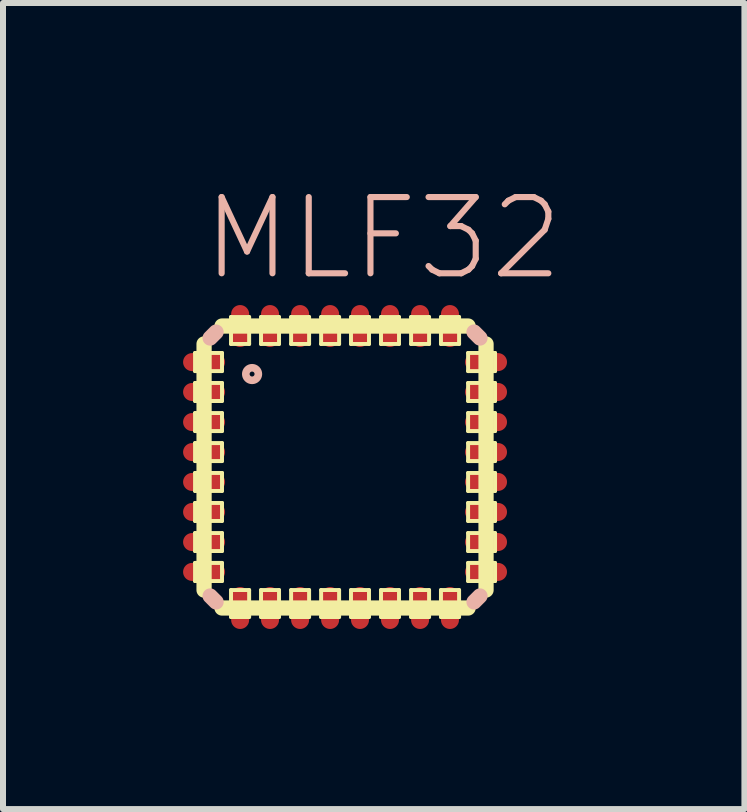
<source format=kicad_pcb>
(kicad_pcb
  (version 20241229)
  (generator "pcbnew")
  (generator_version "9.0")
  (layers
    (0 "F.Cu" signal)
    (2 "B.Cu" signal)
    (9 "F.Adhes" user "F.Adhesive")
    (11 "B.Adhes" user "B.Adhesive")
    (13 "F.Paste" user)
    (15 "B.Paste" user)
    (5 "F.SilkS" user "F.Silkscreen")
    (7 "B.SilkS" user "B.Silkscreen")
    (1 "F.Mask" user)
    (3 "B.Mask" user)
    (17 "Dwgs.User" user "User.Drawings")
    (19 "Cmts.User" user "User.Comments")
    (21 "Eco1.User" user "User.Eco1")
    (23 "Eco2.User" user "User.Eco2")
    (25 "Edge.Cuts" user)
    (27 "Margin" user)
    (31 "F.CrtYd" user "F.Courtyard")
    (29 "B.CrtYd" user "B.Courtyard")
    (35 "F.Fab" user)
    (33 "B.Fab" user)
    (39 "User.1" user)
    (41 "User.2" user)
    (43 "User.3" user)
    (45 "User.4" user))
  (footprint "MLF32"
    (layer "F.Cu")
    (at 2.699 4.731)
    (property "Reference" "MLF32" (at 0.635 -3.81 0) (layer "B.SilkS") (effects (font (size 1.27 1.27) (thickness 0.102))))
    (attr smd)
    (fp_line (start -2.499 -1.9) (end -2.05 -1.9) (stroke (width 0.066) (type solid)) (layer "F.SilkS"))
    (fp_line (start -2.499 -1.598) (end -2.499 -1.9) (stroke (width 0.066) (type solid)) (layer "F.SilkS"))
    (fp_line (start -2.499 -1.598) (end -2.05 -1.598) (stroke (width 0.066) (type solid)) (layer "F.SilkS"))
    (fp_line (start -2.499 -1.4) (end -2.05 -1.4) (stroke (width 0.066) (type solid)) (layer "F.SilkS"))
    (fp_line (start -2.499 -1.1) (end -2.499 -1.4) (stroke (width 0.066) (type solid)) (layer "F.SilkS"))
    (fp_line (start -2.499 -1.1) (end -2.05 -1.1) (stroke (width 0.066) (type solid)) (layer "F.SilkS"))
    (fp_line (start -2.499 -0.899) (end -2.05 -0.899) (stroke (width 0.066) (type solid)) (layer "F.SilkS"))
    (fp_line (start -2.499 -0.599) (end -2.499 -0.899) (stroke (width 0.066) (type solid)) (layer "F.SilkS"))
    (fp_line (start -2.499 -0.599) (end -2.05 -0.599) (stroke (width 0.066) (type solid)) (layer "F.SilkS"))
    (fp_line (start -2.499 -0.399) (end -2.05 -0.399) (stroke (width 0.066) (type solid)) (layer "F.SilkS"))
    (fp_line (start -2.499 -0.099) (end -2.499 -0.399) (stroke (width 0.066) (type solid)) (layer "F.SilkS"))
    (fp_line (start -2.499 -0.099) (end -2.05 -0.099) (stroke (width 0.066) (type solid)) (layer "F.SilkS"))
    (fp_line (start -2.499 0.099) (end -2.05 0.099) (stroke (width 0.066) (type solid)) (layer "F.SilkS"))
    (fp_line (start -2.499 0.399) (end -2.499 0.099) (stroke (width 0.066) (type solid)) (layer "F.SilkS"))
    (fp_line (start -2.499 0.399) (end -2.05 0.399) (stroke (width 0.066) (type solid)) (layer "F.SilkS"))
    (fp_line (start -2.499 0.599) (end -2.05 0.599) (stroke (width 0.066) (type solid)) (layer "F.SilkS"))
    (fp_line (start -2.499 0.899) (end -2.499 0.599) (stroke (width 0.066) (type solid)) (layer "F.SilkS"))
    (fp_line (start -2.499 0.899) (end -2.05 0.899) (stroke (width 0.066) (type solid)) (layer "F.SilkS"))
    (fp_line (start -2.499 1.1) (end -2.05 1.1) (stroke (width 0.066) (type solid)) (layer "F.SilkS"))
    (fp_line (start -2.499 1.4) (end -2.499 1.1) (stroke (width 0.066) (type solid)) (layer "F.SilkS"))
    (fp_line (start -2.499 1.4) (end -2.05 1.4) (stroke (width 0.066) (type solid)) (layer "F.SilkS"))
    (fp_line (start -2.499 1.598) (end -2.05 1.598) (stroke (width 0.066) (type solid)) (layer "F.SilkS"))
    (fp_line (start -2.499 1.9) (end -2.499 1.598) (stroke (width 0.066) (type solid)) (layer "F.SilkS"))
    (fp_line (start -2.499 1.9) (end -2.05 1.9) (stroke (width 0.066) (type solid)) (layer "F.SilkS"))
    (fp_line (start -2.349 2.05) (end -2.349 -2.05) (stroke (width 0.254) (type solid)) (layer "F.SilkS"))
    (fp_line (start -2.05 -2.349) (end 2.05 -2.349) (stroke (width 0.254) (type solid)) (layer "F.SilkS"))
    (fp_line (start -2.05 -1.598) (end -2.05 -1.9) (stroke (width 0.066) (type solid)) (layer "F.SilkS"))
    (fp_line (start -2.05 -1.1) (end -2.05 -1.4) (stroke (width 0.066) (type solid)) (layer "F.SilkS"))
    (fp_line (start -2.05 -0.599) (end -2.05 -0.899) (stroke (width 0.066) (type solid)) (layer "F.SilkS"))
    (fp_line (start -2.05 -0.099) (end -2.05 -0.399) (stroke (width 0.066) (type solid)) (layer "F.SilkS"))
    (fp_line (start -2.05 0.399) (end -2.05 0.099) (stroke (width 0.066) (type solid)) (layer "F.SilkS"))
    (fp_line (start -2.05 0.899) (end -2.05 0.599) (stroke (width 0.066) (type solid)) (layer "F.SilkS"))
    (fp_line (start -2.05 1.4) (end -2.05 1.1) (stroke (width 0.066) (type solid)) (layer "F.SilkS"))
    (fp_line (start -2.05 1.9) (end -2.05 1.598) (stroke (width 0.066) (type solid)) (layer "F.SilkS"))
    (fp_line (start -1.9 -2.499) (end -1.598 -2.499) (stroke (width 0.066) (type solid)) (layer "F.SilkS"))
    (fp_line (start -1.9 -2.05) (end -1.9 -2.499) (stroke (width 0.066) (type solid)) (layer "F.SilkS"))
    (fp_line (start -1.9 -2.05) (end -1.598 -2.05) (stroke (width 0.066) (type solid)) (layer "F.SilkS"))
    (fp_line (start -1.9 2.05) (end -1.598 2.05) (stroke (width 0.066) (type solid)) (layer "F.SilkS"))
    (fp_line (start -1.9 2.499) (end -1.9 2.05) (stroke (width 0.066) (type solid)) (layer "F.SilkS"))
    (fp_line (start -1.9 2.499) (end -1.598 2.499) (stroke (width 0.066) (type solid)) (layer "F.SilkS"))
    (fp_line (start -1.598 -2.05) (end -1.598 -2.499) (stroke (width 0.066) (type solid)) (layer "F.SilkS"))
    (fp_line (start -1.598 2.499) (end -1.598 2.05) (stroke (width 0.066) (type solid)) (layer "F.SilkS"))
    (fp_line (start -1.4 -2.499) (end -1.1 -2.499) (stroke (width 0.066) (type solid)) (layer "F.SilkS"))
    (fp_line (start -1.4 -2.05) (end -1.4 -2.499) (stroke (width 0.066) (type solid)) (layer "F.SilkS"))
    (fp_line (start -1.4 -2.05) (end -1.1 -2.05) (stroke (width 0.066) (type solid)) (layer "F.SilkS"))
    (fp_line (start -1.4 2.05) (end -1.1 2.05) (stroke (width 0.066) (type solid)) (layer "F.SilkS"))
    (fp_line (start -1.4 2.499) (end -1.4 2.05) (stroke (width 0.066) (type solid)) (layer "F.SilkS"))
    (fp_line (start -1.4 2.499) (end -1.1 2.499) (stroke (width 0.066) (type solid)) (layer "F.SilkS"))
    (fp_line (start -1.1 -2.05) (end -1.1 -2.499) (stroke (width 0.066) (type solid)) (layer "F.SilkS"))
    (fp_line (start -1.1 2.499) (end -1.1 2.05) (stroke (width 0.066) (type solid)) (layer "F.SilkS"))
    (fp_line (start -0.899 -2.499) (end -0.599 -2.499) (stroke (width 0.066) (type solid)) (layer "F.SilkS"))
    (fp_line (start -0.899 -2.05) (end -0.899 -2.499) (stroke (width 0.066) (type solid)) (layer "F.SilkS"))
    (fp_line (start -0.899 -2.05) (end -0.599 -2.05) (stroke (width 0.066) (type solid)) (layer "F.SilkS"))
    (fp_line (start -0.899 2.05) (end -0.599 2.05) (stroke (width 0.066) (type solid)) (layer "F.SilkS"))
    (fp_line (start -0.899 2.499) (end -0.899 2.05) (stroke (width 0.066) (type solid)) (layer "F.SilkS"))
    (fp_line (start -0.899 2.499) (end -0.599 2.499) (stroke (width 0.066) (type solid)) (layer "F.SilkS"))
    (fp_line (start -0.599 -2.05) (end -0.599 -2.499) (stroke (width 0.066) (type solid)) (layer "F.SilkS"))
    (fp_line (start -0.599 2.499) (end -0.599 2.05) (stroke (width 0.066) (type solid)) (layer "F.SilkS"))
    (fp_line (start -0.399 -2.499) (end -0.099 -2.499) (stroke (width 0.066) (type solid)) (layer "F.SilkS"))
    (fp_line (start -0.399 -2.05) (end -0.399 -2.499) (stroke (width 0.066) (type solid)) (layer "F.SilkS"))
    (fp_line (start -0.399 -2.05) (end -0.099 -2.05) (stroke (width 0.066) (type solid)) (layer "F.SilkS"))
    (fp_line (start -0.399 2.05) (end -0.099 2.05) (stroke (width 0.066) (type solid)) (layer "F.SilkS"))
    (fp_line (start -0.399 2.499) (end -0.399 2.05) (stroke (width 0.066) (type solid)) (layer "F.SilkS"))
    (fp_line (start -0.399 2.499) (end -0.099 2.499) (stroke (width 0.066) (type solid)) (layer "F.SilkS"))
    (fp_line (start -0.099 -2.05) (end -0.099 -2.499) (stroke (width 0.066) (type solid)) (layer "F.SilkS"))
    (fp_line (start -0.099 2.499) (end -0.099 2.05) (stroke (width 0.066) (type solid)) (layer "F.SilkS"))
    (fp_line (start 0.099 -2.499) (end 0.399 -2.499) (stroke (width 0.066) (type solid)) (layer "F.SilkS"))
    (fp_line (start 0.099 -2.05) (end 0.099 -2.499) (stroke (width 0.066) (type solid)) (layer "F.SilkS"))
    (fp_line (start 0.099 -2.05) (end 0.399 -2.05) (stroke (width 0.066) (type solid)) (layer "F.SilkS"))
    (fp_line (start 0.099 2.05) (end 0.399 2.05) (stroke (width 0.066) (type solid)) (layer "F.SilkS"))
    (fp_line (start 0.099 2.499) (end 0.099 2.05) (stroke (width 0.066) (type solid)) (layer "F.SilkS"))
    (fp_line (start 0.099 2.499) (end 0.399 2.499) (stroke (width 0.066) (type solid)) (layer "F.SilkS"))
    (fp_line (start 0.399 -2.05) (end 0.399 -2.499) (stroke (width 0.066) (type solid)) (layer "F.SilkS"))
    (fp_line (start 0.399 2.499) (end 0.399 2.05) (stroke (width 0.066) (type solid)) (layer "F.SilkS"))
    (fp_line (start 0.599 -2.499) (end 0.899 -2.499) (stroke (width 0.066) (type solid)) (layer "F.SilkS"))
    (fp_line (start 0.599 -2.05) (end 0.599 -2.499) (stroke (width 0.066) (type solid)) (layer "F.SilkS"))
    (fp_line (start 0.599 -2.05) (end 0.899 -2.05) (stroke (width 0.066) (type solid)) (layer "F.SilkS"))
    (fp_line (start 0.599 2.05) (end 0.899 2.05) (stroke (width 0.066) (type solid)) (layer "F.SilkS"))
    (fp_line (start 0.599 2.499) (end 0.599 2.05) (stroke (width 0.066) (type solid)) (layer "F.SilkS"))
    (fp_line (start 0.599 2.499) (end 0.899 2.499) (stroke (width 0.066) (type solid)) (layer "F.SilkS"))
    (fp_line (start 0.899 -2.05) (end 0.899 -2.499) (stroke (width 0.066) (type solid)) (layer "F.SilkS"))
    (fp_line (start 0.899 2.499) (end 0.899 2.05) (stroke (width 0.066) (type solid)) (layer "F.SilkS"))
    (fp_line (start 1.1 -2.499) (end 1.4 -2.499) (stroke (width 0.066) (type solid)) (layer "F.SilkS"))
    (fp_line (start 1.1 -2.05) (end 1.1 -2.499) (stroke (width 0.066) (type solid)) (layer "F.SilkS"))
    (fp_line (start 1.1 -2.05) (end 1.4 -2.05) (stroke (width 0.066) (type solid)) (layer "F.SilkS"))
    (fp_line (start 1.1 2.05) (end 1.4 2.05) (stroke (width 0.066) (type solid)) (layer "F.SilkS"))
    (fp_line (start 1.1 2.499) (end 1.1 2.05) (stroke (width 0.066) (type solid)) (layer "F.SilkS"))
    (fp_line (start 1.1 2.499) (end 1.4 2.499) (stroke (width 0.066) (type solid)) (layer "F.SilkS"))
    (fp_line (start 1.4 -2.05) (end 1.4 -2.499) (stroke (width 0.066) (type solid)) (layer "F.SilkS"))
    (fp_line (start 1.4 2.499) (end 1.4 2.05) (stroke (width 0.066) (type solid)) (layer "F.SilkS"))
    (fp_line (start 1.598 -2.499) (end 1.9 -2.499) (stroke (width 0.066) (type solid)) (layer "F.SilkS"))
    (fp_line (start 1.598 -2.05) (end 1.598 -2.499) (stroke (width 0.066) (type solid)) (layer "F.SilkS"))
    (fp_line (start 1.598 -2.05) (end 1.9 -2.05) (stroke (width 0.066) (type solid)) (layer "F.SilkS"))
    (fp_line (start 1.598 2.05) (end 1.9 2.05) (stroke (width 0.066) (type solid)) (layer "F.SilkS"))
    (fp_line (start 1.598 2.499) (end 1.598 2.05) (stroke (width 0.066) (type solid)) (layer "F.SilkS"))
    (fp_line (start 1.598 2.499) (end 1.9 2.499) (stroke (width 0.066) (type solid)) (layer "F.SilkS"))
    (fp_line (start 1.9 -2.05) (end 1.9 -2.499) (stroke (width 0.066) (type solid)) (layer "F.SilkS"))
    (fp_line (start 1.9 2.499) (end 1.9 2.05) (stroke (width 0.066) (type solid)) (layer "F.SilkS"))
    (fp_line (start 2.05 -1.9) (end 2.499 -1.9) (stroke (width 0.066) (type solid)) (layer "F.SilkS"))
    (fp_line (start 2.05 -1.598) (end 2.05 -1.9) (stroke (width 0.066) (type solid)) (layer "F.SilkS"))
    (fp_line (start 2.05 -1.598) (end 2.499 -1.598) (stroke (width 0.066) (type solid)) (layer "F.SilkS"))
    (fp_line (start 2.05 -1.4) (end 2.499 -1.4) (stroke (width 0.066) (type solid)) (layer "F.SilkS"))
    (fp_line (start 2.05 -1.1) (end 2.05 -1.4) (stroke (width 0.066) (type solid)) (layer "F.SilkS"))
    (fp_line (start 2.05 -1.1) (end 2.499 -1.1) (stroke (width 0.066) (type solid)) (layer "F.SilkS"))
    (fp_line (start 2.05 -0.899) (end 2.499 -0.899) (stroke (width 0.066) (type solid)) (layer "F.SilkS"))
    (fp_line (start 2.05 -0.599) (end 2.05 -0.899) (stroke (width 0.066) (type solid)) (layer "F.SilkS"))
    (fp_line (start 2.05 -0.599) (end 2.499 -0.599) (stroke (width 0.066) (type solid)) (layer "F.SilkS"))
    (fp_line (start 2.05 -0.399) (end 2.499 -0.399) (stroke (width 0.066) (type solid)) (layer "F.SilkS"))
    (fp_line (start 2.05 -0.099) (end 2.05 -0.399) (stroke (width 0.066) (type solid)) (layer "F.SilkS"))
    (fp_line (start 2.05 -0.099) (end 2.499 -0.099) (stroke (width 0.066) (type solid)) (layer "F.SilkS"))
    (fp_line (start 2.05 0.099) (end 2.499 0.099) (stroke (width 0.066) (type solid)) (layer "F.SilkS"))
    (fp_line (start 2.05 0.399) (end 2.05 0.099) (stroke (width 0.066) (type solid)) (layer "F.SilkS"))
    (fp_line (start 2.05 0.399) (end 2.499 0.399) (stroke (width 0.066) (type solid)) (layer "F.SilkS"))
    (fp_line (start 2.05 0.599) (end 2.499 0.599) (stroke (width 0.066) (type solid)) (layer "F.SilkS"))
    (fp_line (start 2.05 0.899) (end 2.05 0.599) (stroke (width 0.066) (type solid)) (layer "F.SilkS"))
    (fp_line (start 2.05 0.899) (end 2.499 0.899) (stroke (width 0.066) (type solid)) (layer "F.SilkS"))
    (fp_line (start 2.05 1.1) (end 2.499 1.1) (stroke (width 0.066) (type solid)) (layer "F.SilkS"))
    (fp_line (start 2.05 1.4) (end 2.05 1.1) (stroke (width 0.066) (type solid)) (layer "F.SilkS"))
    (fp_line (start 2.05 1.4) (end 2.499 1.4) (stroke (width 0.066) (type solid)) (layer "F.SilkS"))
    (fp_line (start 2.05 1.598) (end 2.499 1.598) (stroke (width 0.066) (type solid)) (layer "F.SilkS"))
    (fp_line (start 2.05 1.9) (end 2.05 1.598) (stroke (width 0.066) (type solid)) (layer "F.SilkS"))
    (fp_line (start 2.05 1.9) (end 2.499 1.9) (stroke (width 0.066) (type solid)) (layer "F.SilkS"))
    (fp_line (start 2.05 2.349) (end -2.05 2.349) (stroke (width 0.254) (type solid)) (layer "F.SilkS"))
    (fp_line (start 2.349 -2.05) (end 2.349 2.05) (stroke (width 0.254) (type solid)) (layer "F.SilkS"))
    (fp_line (start 2.499 -1.598) (end 2.499 -1.9) (stroke (width 0.066) (type solid)) (layer "F.SilkS"))
    (fp_line (start 2.499 -1.1) (end 2.499 -1.4) (stroke (width 0.066) (type solid)) (layer "F.SilkS"))
    (fp_line (start 2.499 -0.599) (end 2.499 -0.899) (stroke (width 0.066) (type solid)) (layer "F.SilkS"))
    (fp_line (start 2.499 -0.099) (end 2.499 -0.399) (stroke (width 0.066) (type solid)) (layer "F.SilkS"))
    (fp_line (start 2.499 0.399) (end 2.499 0.099) (stroke (width 0.066) (type solid)) (layer "F.SilkS"))
    (fp_line (start 2.499 0.899) (end 2.499 0.599) (stroke (width 0.066) (type solid)) (layer "F.SilkS"))
    (fp_line (start 2.499 1.4) (end 2.499 1.1) (stroke (width 0.066) (type solid)) (layer "F.SilkS"))
    (fp_line (start 2.499 1.9) (end 2.499 1.598) (stroke (width 0.066) (type solid)) (layer "F.SilkS"))
    (fp_line (start -2.248 -2.149) (end -2.149 -2.248) (stroke (width 0.254) (type solid)) (layer "B.SilkS"))
    (fp_line (start -2.149 2.248) (end -2.248 2.149) (stroke (width 0.254) (type solid)) (layer "B.SilkS"))
    (fp_line (start 2.149 -2.248) (end 2.248 -2.149) (stroke (width 0.254) (type solid)) (layer "B.SilkS"))
    (fp_line (start 2.248 2.149) (end 2.149 2.248) (stroke (width 0.254) (type solid)) (layer "B.SilkS"))
    (fp_circle (center -1.549 -1.549) (end -1.623 -1.623) (stroke (width 0.127) (type solid)) (fill no) (layer "B.SilkS"))
    (pad "1" smd oval (at -2.349 -1.748) (size 0.699 0.3) (layers "F.Cu" "F.Mask" "F.Paste"))
    (pad "2" smd oval (at -2.349 -1.25) (size 0.699 0.3) (layers "F.Cu" "F.Mask" "F.Paste"))
    (pad "3" smd oval (at -2.349 -0.749) (size 0.699 0.3) (layers "F.Cu" "F.Mask" "F.Paste"))
    (pad "4" smd oval (at -2.349 -0.249) (size 0.699 0.3) (layers "F.Cu" "F.Mask" "F.Paste"))
    (pad "5" smd oval (at -2.349 0.249) (size 0.699 0.3) (layers "F.Cu" "F.Mask" "F.Paste"))
    (pad "6" smd oval (at -2.349 0.749) (size 0.699 0.3) (layers "F.Cu" "F.Mask" "F.Paste"))
    (pad "7" smd oval (at -2.349 1.25) (size 0.699 0.3) (layers "F.Cu" "F.Mask" "F.Paste"))
    (pad "8" smd oval (at -2.349 1.748) (size 0.699 0.3) (layers "F.Cu" "F.Mask" "F.Paste"))
    (pad "9" smd oval (at -1.748 2.349) (size 0.3 0.699) (layers "F.Cu" "F.Mask" "F.Paste"))
    (pad "10" smd oval (at -1.25 2.349) (size 0.3 0.699) (layers "F.Cu" "F.Mask" "F.Paste"))
    (pad "11" smd oval (at -0.749 2.349) (size 0.3 0.699) (layers "F.Cu" "F.Mask" "F.Paste"))
    (pad "12" smd oval (at -0.249 2.349) (size 0.3 0.699) (layers "F.Cu" "F.Mask" "F.Paste"))
    (pad "13" smd oval (at 0.249 2.349) (size 0.3 0.699) (layers "F.Cu" "F.Mask" "F.Paste"))
    (pad "14" smd oval (at 0.749 2.349) (size 0.3 0.699) (layers "F.Cu" "F.Mask" "F.Paste"))
    (pad "15" smd oval (at 1.25 2.349) (size 0.3 0.699) (layers "F.Cu" "F.Mask" "F.Paste"))
    (pad "16" smd oval (at 1.748 2.349) (size 0.3 0.699) (layers "F.Cu" "F.Mask" "F.Paste"))
    (pad "17" smd oval (at 2.349 1.748) (size 0.699 0.3) (layers "F.Cu" "F.Mask" "F.Paste"))
    (pad "18" smd oval (at 2.349 1.25) (size 0.699 0.3) (layers "F.Cu" "F.Mask" "F.Paste"))
    (pad "19" smd oval (at 2.349 0.749) (size 0.699 0.3) (layers "F.Cu" "F.Mask" "F.Paste"))
    (pad "20" smd oval (at 2.349 0.249) (size 0.699 0.3) (layers "F.Cu" "F.Mask" "F.Paste"))
    (pad "21" smd oval (at 2.349 -0.249) (size 0.699 0.3) (layers "F.Cu" "F.Mask" "F.Paste"))
    (pad "22" smd oval (at 2.349 -0.749) (size 0.699 0.3) (layers "F.Cu" "F.Mask" "F.Paste"))
    (pad "23" smd oval (at 2.349 -1.25) (size 0.699 0.3) (layers "F.Cu" "F.Mask" "F.Paste"))
    (pad "24" smd oval (at 2.349 -1.748) (size 0.699 0.3) (layers "F.Cu" "F.Mask" "F.Paste"))
    (pad "25" smd oval (at 1.748 -2.349) (size 0.3 0.699) (layers "F.Cu" "F.Mask" "F.Paste"))
    (pad "26" smd oval (at 1.25 -2.349) (size 0.3 0.699) (layers "F.Cu" "F.Mask" "F.Paste"))
    (pad "27" smd oval (at 0.749 -2.349) (size 0.3 0.699) (layers "F.Cu" "F.Mask" "F.Paste"))
    (pad "28" smd oval (at 0.249 -2.349) (size 0.3 0.699) (layers "F.Cu" "F.Mask" "F.Paste"))
    (pad "29" smd oval (at -0.249 -2.349) (size 0.3 0.699) (layers "F.Cu" "F.Mask" "F.Paste"))
    (pad "30" smd oval (at -0.749 -2.349) (size 0.3 0.699) (layers "F.Cu" "F.Mask" "F.Paste"))
    (pad "31" smd oval (at -1.25 -2.349) (size 0.3 0.699) (layers "F.Cu" "F.Mask" "F.Paste"))
    (pad "32" smd oval (at -1.748 -2.349) (size 0.3 0.699) (layers "F.Cu" "F.Mask" "F.Paste")))
  (gr_rect
    (start -3 -3)
    (end 9.353 10.43)
    (stroke (width 0.1) (type default))
    (fill no)
    (layer "Edge.Cuts")))
</source>
